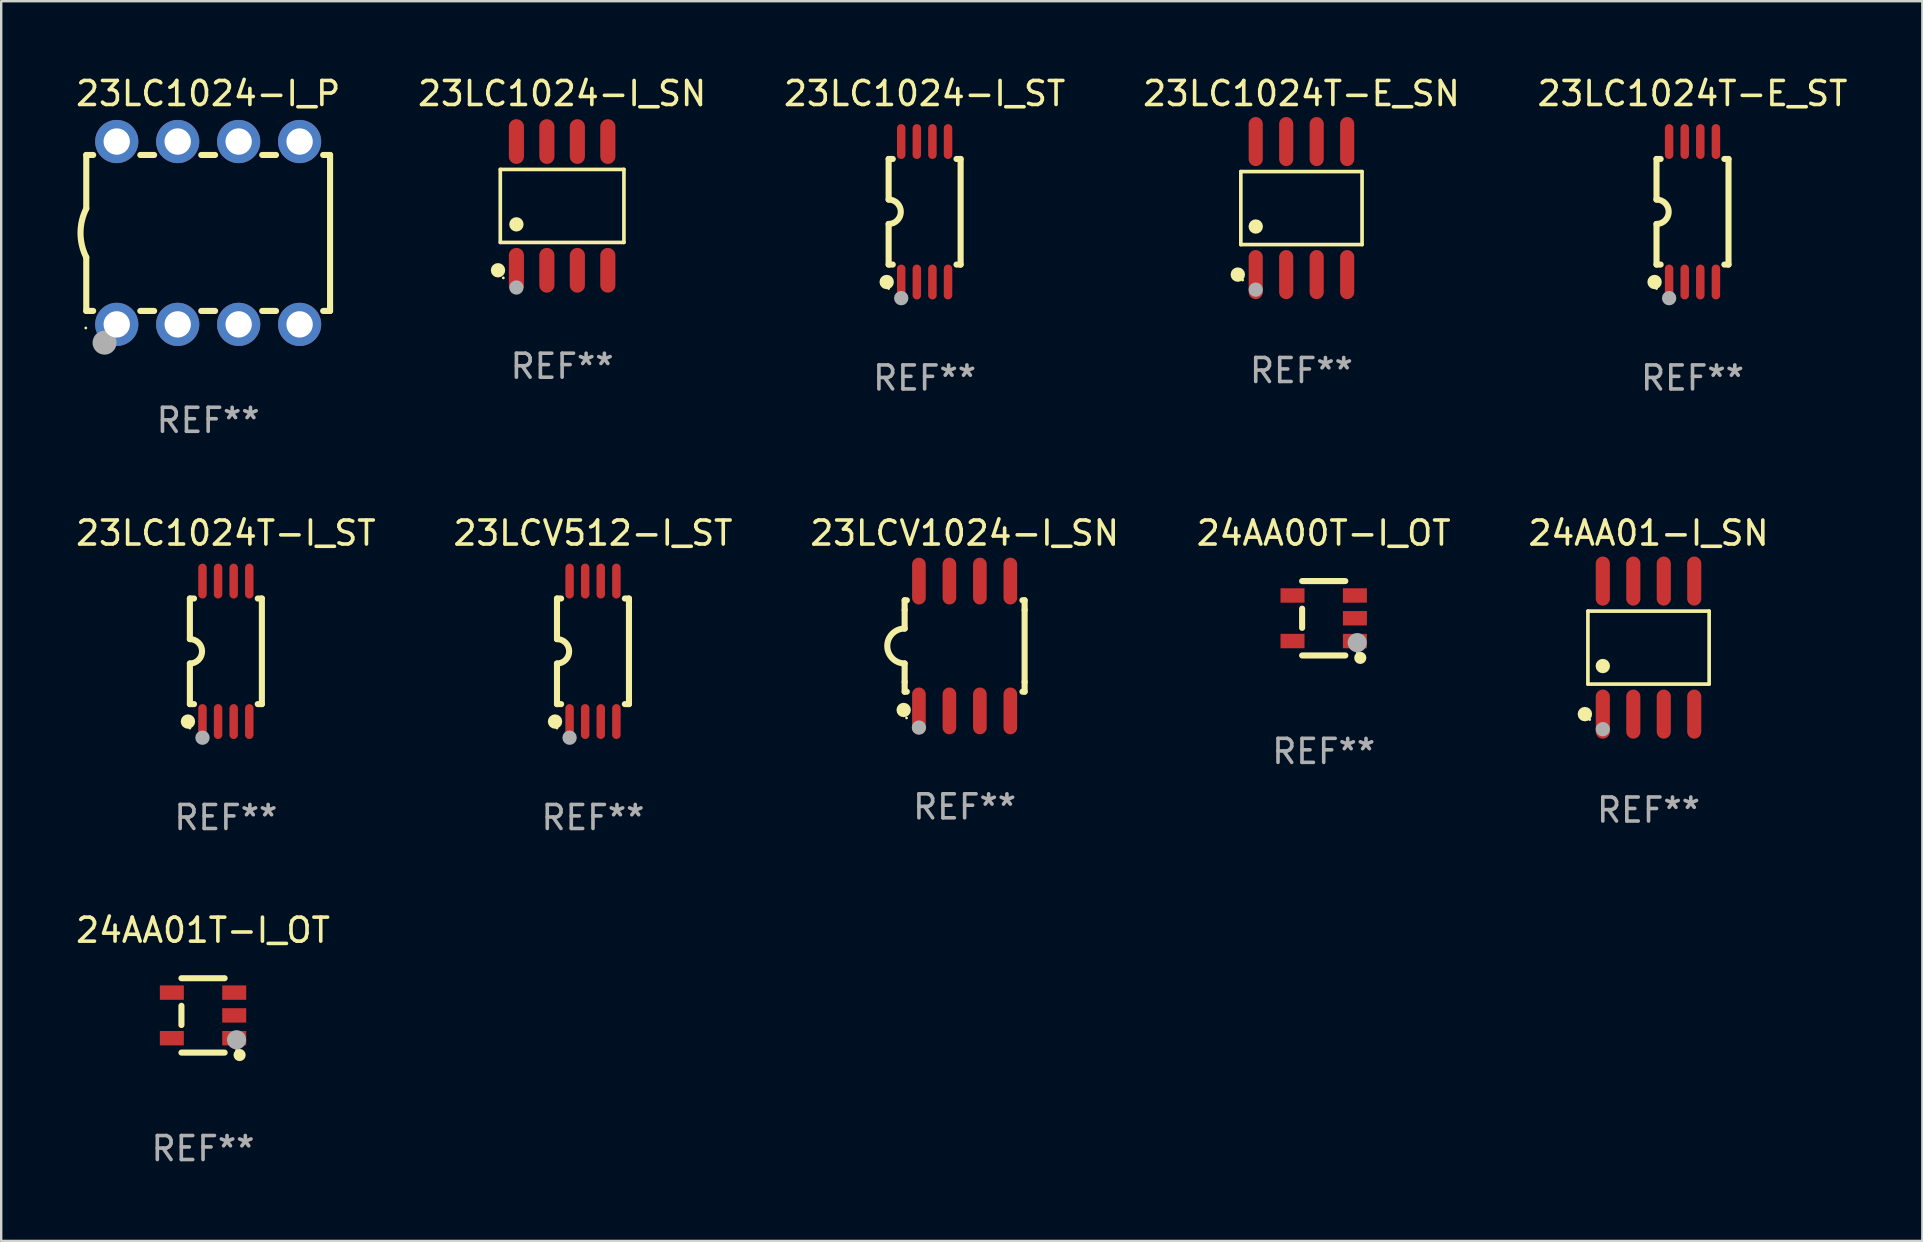
<source format=kicad_pcb>
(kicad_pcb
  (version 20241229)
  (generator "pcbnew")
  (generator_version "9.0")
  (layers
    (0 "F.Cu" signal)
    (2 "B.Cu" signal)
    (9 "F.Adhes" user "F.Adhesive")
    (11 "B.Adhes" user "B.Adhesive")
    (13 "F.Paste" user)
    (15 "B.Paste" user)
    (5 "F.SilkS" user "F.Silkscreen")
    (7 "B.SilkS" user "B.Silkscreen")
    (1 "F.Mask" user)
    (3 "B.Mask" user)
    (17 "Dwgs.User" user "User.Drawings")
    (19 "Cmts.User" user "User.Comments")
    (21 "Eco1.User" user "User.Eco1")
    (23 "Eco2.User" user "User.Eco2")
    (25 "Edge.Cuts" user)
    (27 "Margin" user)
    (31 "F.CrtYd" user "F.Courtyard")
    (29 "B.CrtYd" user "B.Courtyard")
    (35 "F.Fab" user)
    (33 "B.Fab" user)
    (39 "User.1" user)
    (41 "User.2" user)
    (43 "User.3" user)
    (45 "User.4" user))
  (footprint "23LCV1024-I_SN"
    (layer "F.Cu")
    (at 37.149 23.87)
    (property "Reference" "23LCV1024-I_SN" (at 0 -4.705 0) (layer "F.SilkS") (effects (font (size 1 1) (thickness 0.15))))
    (attr through_hole)
    (fp_line (start -2.5 -1.905) (end -2.409 -1.905) (stroke (width 0.254) (type solid)) (layer "F.SilkS"))
    (fp_line (start -2.5 -1.5) (end -2.5 -1.905) (stroke (width 0.254) (type solid)) (layer "F.SilkS"))
    (fp_line (start -2.5 -1.5) (end -2.5 -0.726) (stroke (width 0.254) (type solid)) (layer "F.SilkS"))
    (fp_line (start -2.5 1.5) (end -2.5 0.727) (stroke (width 0.254) (type solid)) (layer "F.SilkS"))
    (fp_line (start -2.5 1.5) (end -2.5 1.905) (stroke (width 0.254) (type solid)) (layer "F.SilkS"))
    (fp_line (start -2.5 1.905) (end -2.409 1.905) (stroke (width 0.254) (type solid)) (layer "F.SilkS"))
    (fp_line (start 2.5 -1.905) (end 2.409 -1.905) (stroke (width 0.254) (type solid)) (layer "F.SilkS"))
    (fp_line (start 2.5 -1.5) (end 2.5 -1.905) (stroke (width 0.254) (type solid)) (layer "F.SilkS"))
    (fp_line (start 2.5 -1.5) (end 2.5 1.5) (stroke (width 0.254) (type solid)) (layer "F.SilkS"))
    (fp_line (start 2.5 1.5) (end 2.5 1.905) (stroke (width 0.254) (type solid)) (layer "F.SilkS"))
    (fp_line (start 2.5 1.905) (end 2.409 1.905) (stroke (width 0.254) (type solid)) (layer "F.SilkS"))
    (fp_arc (start -2.5 0.726568) (mid -3.220316 -0.0023) (end -2.495097 -0.726289) (stroke (width 0.254001) (type solid)) (layer "F.SilkS"))
    (fp_circle (center -2.54 2.667) (end -2.39 2.667) (stroke (width 0.3) (type solid)) (fill no) (layer "F.SilkS"))
    (fp_circle (center -2.42 3) (end -2.39 3) (stroke (width 0.06) (type solid)) (fill no) (layer "F.SilkS"))
    (fp_circle (center -1.905 3.4) (end -1.755 3.4) (stroke (width 0.3) (type solid)) (fill no) (layer "F.Fab"))
    (fp_text user "REF**" (at 0 6.705 0) (layer "F.Fab") (effects (font (size 1 1) (thickness 0.15))))
    (pad "1" smd oval (at -1.905 2.705) (size 0.568 1.95) (layers "F.Cu" "F.Mask" "F.Paste"))
    (pad "2" smd oval (at -0.635 2.705) (size 0.568 1.95) (layers "F.Cu" "F.Mask" "F.Paste"))
    (pad "3" smd oval (at 0.635 2.705) (size 0.568 1.95) (layers "F.Cu" "F.Mask" "F.Paste"))
    (pad "4" smd oval (at 1.905 2.705) (size 0.568 1.95) (layers "F.Cu" "F.Mask" "F.Paste"))
    (pad "5" smd oval (at 1.905 -2.705) (size 0.568 1.95) (layers "F.Cu" "F.Mask" "F.Paste"))
    (pad "6" smd oval (at 0.635 -2.705) (size 0.568 1.95) (layers "F.Cu" "F.Mask" "F.Paste"))
    (pad "7" smd oval (at -0.635 -2.705) (size 0.568 1.95) (layers "F.Cu" "F.Mask" "F.Paste"))
    (pad "8" smd oval (at -1.905 -2.705) (size 0.568 1.95) (layers "F.Cu" "F.Mask" "F.Paste")))
  (footprint "24AA01-I_SN"
    (layer "F.Cu")
    (at 65.649 23.937)
    (property "Reference" "24AA01-I_SN" (at 0 -4.772 0) (layer "F.SilkS") (effects (font (size 1 1) (thickness 0.15))))
    (attr through_hole)
    (fp_line (start -2.526 -1.521) (end 2.526 -1.521) (stroke (width 0.152) (type solid)) (layer "F.SilkS"))
    (fp_line (start -2.526 1.521) (end -2.526 -1.521) (stroke (width 0.152) (type solid)) (layer "F.SilkS"))
    (fp_line (start 2.526 -1.521) (end 2.526 1.521) (stroke (width 0.152) (type solid)) (layer "F.SilkS"))
    (fp_line (start 2.526 1.521) (end -2.526 1.521) (stroke (width 0.152) (type solid)) (layer "F.SilkS"))
    (fp_circle (center -2.652 2.772) (end -2.501 2.772) (stroke (width 0.3) (type solid)) (fill no) (layer "F.SilkS"))
    (fp_circle (center -2.45 3) (end -2.42 3) (stroke (width 0.06) (type solid)) (fill no) (layer "F.SilkS"))
    (fp_circle (center -1.905 0.769) (end -1.755 0.769) (stroke (width 0.3) (type solid)) (fill no) (layer "F.SilkS"))
    (fp_circle (center -1.905 3.4) (end -1.755 3.4) (stroke (width 0.3) (type solid)) (fill no) (layer "F.Fab"))
    (fp_text user "REF**" (at 0 6.772 0) (layer "F.Fab") (effects (font (size 1 1) (thickness 0.15))))
    (pad "1" smd oval (at -1.905 2.772) (size 0.588 2.045) (layers "F.Cu" "F.Mask" "F.Paste"))
    (pad "2" smd oval (at -0.635 2.772) (size 0.588 2.045) (layers "F.Cu" "F.Mask" "F.Paste"))
    (pad "3" smd oval (at 0.635 2.772) (size 0.588 2.045) (layers "F.Cu" "F.Mask" "F.Paste"))
    (pad "4" smd oval (at 1.905 2.772) (size 0.588 2.045) (layers "F.Cu" "F.Mask" "F.Paste"))
    (pad "5" smd oval (at 1.905 -2.772) (size 0.588 2.045) (layers "F.Cu" "F.Mask" "F.Paste"))
    (pad "6" smd oval (at 0.635 -2.772) (size 0.588 2.045) (layers "F.Cu" "F.Mask" "F.Paste"))
    (pad "7" smd oval (at -0.635 -2.772) (size 0.588 2.045) (layers "F.Cu" "F.Mask" "F.Paste"))
    (pad "8" smd oval (at -1.905 -2.772) (size 0.588 2.045) (layers "F.Cu" "F.Mask" "F.Paste")))
  (footprint "23LCV512-I_ST"
    (layer "F.Cu")
    (at 21.661 24.092)
    (property "Reference" "23LCV512-I_ST" (at 0 -4.927 0) (layer "F.SilkS") (effects (font (size 1 1) (thickness 0.15))))
    (attr through_hole)
    (fp_line (start -1.5 -2.2) (end -1.5 -0.508) (stroke (width 0.254) (type solid)) (layer "F.SilkS"))
    (fp_line (start -1.5 -2.2) (end -1.328 -2.2) (stroke (width 0.254) (type solid)) (layer "F.SilkS"))
    (fp_line (start -1.5 2.2) (end -1.5 0.508) (stroke (width 0.254) (type solid)) (layer "F.SilkS"))
    (fp_line (start -1.5 2.2) (end -1.328 2.2) (stroke (width 0.254) (type solid)) (layer "F.SilkS"))
    (fp_line (start 1.328 -2.2) (end 1.5 -2.2) (stroke (width 0.254) (type solid)) (layer "F.SilkS"))
    (fp_line (start 1.328 2.2) (end 1.5 2.2) (stroke (width 0.254) (type solid)) (layer "F.SilkS"))
    (fp_line (start 1.5 -2.2) (end 1.5 2.2) (stroke (width 0.254) (type solid)) (layer "F.SilkS"))
    (fp_arc (start -1.501144 -0.508) (mid -0.993143 -0.000571) (end -1.5 0.508001) (stroke (width 0.254001) (type solid)) (layer "F.SilkS"))
    (fp_circle (center -1.581 2.927) (end -1.431 2.927) (stroke (width 0.3) (type solid)) (fill no) (layer "F.SilkS"))
    (fp_circle (center -1.5 3.2) (end -1.47 3.2) (stroke (width 0.06) (type solid)) (fill no) (layer "F.SilkS"))
    (fp_circle (center -0.975 3.6) (end -0.825 3.6) (stroke (width 0.3) (type solid)) (fill no) (layer "F.Fab"))
    (fp_text user "REF**" (at 0 6.927 0) (layer "F.Fab") (effects (font (size 1 1) (thickness 0.15))))
    (pad "1" smd oval (at -0.975 2.927) (size 0.353 1.454) (layers "F.Cu" "F.Mask" "F.Paste"))
    (pad "2" smd oval (at -0.325 2.927) (size 0.353 1.454) (layers "F.Cu" "F.Mask" "F.Paste"))
    (pad "3" smd oval (at 0.325 2.927) (size 0.353 1.454) (layers "F.Cu" "F.Mask" "F.Paste"))
    (pad "4" smd oval (at 0.975 2.927) (size 0.353 1.454) (layers "F.Cu" "F.Mask" "F.Paste"))
    (pad "5" smd oval (at 0.975 -2.927) (size 0.353 1.454) (layers "F.Cu" "F.Mask" "F.Paste"))
    (pad "6" smd oval (at 0.325 -2.927) (size 0.353 1.454) (layers "F.Cu" "F.Mask" "F.Paste"))
    (pad "7" smd oval (at -0.325 -2.927) (size 0.353 1.454) (layers "F.Cu" "F.Mask" "F.Paste"))
    (pad "8" smd oval (at -0.975 -2.927) (size 0.353 1.454) (layers "F.Cu" "F.Mask" "F.Paste")))
  (footprint "24AA00T-I_OT"
    (layer "F.Cu")
    (at 52.113 22.715)
    (property "Reference" "24AA00T-I_OT" (at 0 -3.55 0) (layer "F.SilkS") (effects (font (size 1 1) (thickness 0.15))))
    (attr through_hole)
    (fp_line (start -0.9 -1.55) (end 0.9 -1.55) (stroke (width 0.254) (type solid)) (layer "F.SilkS"))
    (fp_line (start -0.9 0.4) (end -0.9 -0.4) (stroke (width 0.254) (type solid)) (layer "F.SilkS"))
    (fp_line (start -0.9 1.55) (end 0.9 1.55) (stroke (width 0.254) (type solid)) (layer "F.SilkS"))
    (fp_circle (center 1.4 1.45) (end 1.43 1.45) (stroke (width 0.06) (type solid)) (fill no) (layer "F.SilkS"))
    (fp_circle (center 1.524 1.651) (end 1.651 1.651) (stroke (width 0.254) (type solid)) (fill no) (layer "F.SilkS"))
    (fp_circle (center 1.397 1.016) (end 1.597 1.016) (stroke (width 0.4) (type solid)) (fill no) (layer "F.Fab"))
    (fp_text user "REF**" (at 0 5.55 0) (layer "F.Fab") (effects (font (size 1 1) (thickness 0.15))))
    (pad "1" smd rect (at 1.3 0.95) (size 1 0.6) (layers "F.Cu" "F.Mask" "F.Paste"))
    (pad "2" smd rect (at 1.3 -0.000051) (size 1 0.6) (layers "F.Cu" "F.Mask" "F.Paste"))
    (pad "3" smd rect (at 1.3 -0.95) (size 1 0.6) (layers "F.Cu" "F.Mask" "F.Paste"))
    (pad "4" smd rect (at -1.3 -0.95) (size 1 0.6) (layers "F.Cu" "F.Mask" "F.Paste"))
    (pad "5" smd rect (at -1.3 0.95) (size 1 0.6) (layers "F.Cu" "F.Mask" "F.Paste")))
  (footprint "23LC1024T-E_SN"
    (layer "F.Cu")
    (at 51.185 5.621)
    (property "Reference" "23LC1024T-E_SN" (at 0 -4.772 0) (layer "F.SilkS") (effects (font (size 1 1) (thickness 0.15))))
    (attr through_hole)
    (fp_line (start -2.526 -1.521) (end 2.526 -1.521) (stroke (width 0.152) (type solid)) (layer "F.SilkS"))
    (fp_line (start -2.526 1.521) (end -2.526 -1.521) (stroke (width 0.152) (type solid)) (layer "F.SilkS"))
    (fp_line (start 2.526 -1.521) (end 2.526 1.521) (stroke (width 0.152) (type solid)) (layer "F.SilkS"))
    (fp_line (start 2.526 1.521) (end -2.526 1.521) (stroke (width 0.152) (type solid)) (layer "F.SilkS"))
    (fp_circle (center -2.652 2.772) (end -2.501 2.772) (stroke (width 0.3) (type solid)) (fill no) (layer "F.SilkS"))
    (fp_circle (center -2.45 3) (end -2.42 3) (stroke (width 0.06) (type solid)) (fill no) (layer "F.SilkS"))
    (fp_circle (center -1.905 0.769) (end -1.755 0.769) (stroke (width 0.3) (type solid)) (fill no) (layer "F.SilkS"))
    (fp_circle (center -1.905 3.4) (end -1.755 3.4) (stroke (width 0.3) (type solid)) (fill no) (layer "F.Fab"))
    (fp_text user "REF**" (at 0 6.772 0) (layer "F.Fab") (effects (font (size 1 1) (thickness 0.15))))
    (pad "1" smd oval (at -1.905 2.772) (size 0.588 2.045) (layers "F.Cu" "F.Mask" "F.Paste"))
    (pad "2" smd oval (at -0.635 2.772) (size 0.588 2.045) (layers "F.Cu" "F.Mask" "F.Paste"))
    (pad "3" smd oval (at 0.635 2.772) (size 0.588 2.045) (layers "F.Cu" "F.Mask" "F.Paste"))
    (pad "4" smd oval (at 1.905 2.772) (size 0.588 2.045) (layers "F.Cu" "F.Mask" "F.Paste"))
    (pad "5" smd oval (at 1.905 -2.772) (size 0.588 2.045) (layers "F.Cu" "F.Mask" "F.Paste"))
    (pad "6" smd oval (at 0.635 -2.772) (size 0.588 2.045) (layers "F.Cu" "F.Mask" "F.Paste"))
    (pad "7" smd oval (at -0.635 -2.772) (size 0.588 2.045) (layers "F.Cu" "F.Mask" "F.Paste"))
    (pad "8" smd oval (at -1.905 -2.772) (size 0.588 2.045) (layers "F.Cu" "F.Mask" "F.Paste")))
  (footprint "23LC1024-I_P"
    (layer "F.Cu")
    (at 5.625 6.658)
    (property "Reference" "23LC1024-I_P" (at 0 -5.81 0) (layer "F.SilkS") (effects (font (size 1 1) (thickness 0.15))))
    (attr through_hole)
    (fp_line (start -5.08 -3.25) (end -5.08 -1.017) (stroke (width 0.254) (type solid)) (layer "F.SilkS"))
    (fp_line (start -5.08 -3.25) (end -4.792 -3.25) (stroke (width 0.254) (type solid)) (layer "F.SilkS"))
    (fp_line (start -5.08 3.25) (end -5.08 1.015) (stroke (width 0.254) (type solid)) (layer "F.SilkS"))
    (fp_line (start -5.08 3.25) (end -4.792 3.25) (stroke (width 0.254) (type solid)) (layer "F.SilkS"))
    (fp_line (start -2.828 -3.25) (end -2.252 -3.25) (stroke (width 0.254) (type solid)) (layer "F.SilkS"))
    (fp_line (start -2.828 3.25) (end -2.252 3.25) (stroke (width 0.254) (type solid)) (layer "F.SilkS"))
    (fp_line (start -0.288 -3.25) (end 0.288 -3.25) (stroke (width 0.254) (type solid)) (layer "F.SilkS"))
    (fp_line (start -0.288 3.25) (end 0.288 3.25) (stroke (width 0.254) (type solid)) (layer "F.SilkS"))
    (fp_line (start 2.252 -3.25) (end 2.828 -3.25) (stroke (width 0.254) (type solid)) (layer "F.SilkS"))
    (fp_line (start 2.252 3.25) (end 2.828 3.25) (stroke (width 0.254) (type solid)) (layer "F.SilkS"))
    (fp_line (start 4.792 -3.25) (end 5.08 -3.25) (stroke (width 0.254) (type solid)) (layer "F.SilkS"))
    (fp_line (start 4.792 3.25) (end 5.08 3.25) (stroke (width 0.254) (type solid)) (layer "F.SilkS"))
    (fp_line (start 5.08 -3.25) (end 5.08 3.25) (stroke (width 0.254) (type solid)) (layer "F.SilkS"))
    (fp_arc (start -5.08001 1.01524) (mid -5.319856 -0.000762) (end -5.08001 -1.016764) (stroke (width 0.254001) (type solid)) (layer "F.SilkS"))
    (fp_circle (center -5.1 3.96) (end -5.07 3.96) (stroke (width 0.06) (type solid)) (fill no) (layer "F.SilkS"))
    (fp_circle (center -4.318 4.572) (end -4.068 4.572) (stroke (width 0.5) (type solid)) (fill no) (layer "F.Fab"))
    (fp_text user "REF**" (at 0 7.81 0) (layer "F.Fab") (effects (font (size 1 1) (thickness 0.15))))
    (pad "1" thru_hole circle (at -3.81 3.81) (size 1.8 1.8) (drill 1.1) (layers "*.Cu" "*.Mask"))
    (pad "2" thru_hole circle (at -1.27 3.81) (size 1.8 1.8) (drill 1.1) (layers "*.Cu" "*.Mask"))
    (pad "3" thru_hole circle (at 1.27 3.81) (size 1.8 1.8) (drill 1.1) (layers "*.Cu" "*.Mask"))
    (pad "4" thru_hole circle (at 3.81 3.81) (size 1.8 1.8) (drill 1.1) (layers "*.Cu" "*.Mask"))
    (pad "5" thru_hole circle (at 3.81 -3.81) (size 1.8 1.8) (drill 1.1) (layers "*.Cu" "*.Mask"))
    (pad "6" thru_hole circle (at 1.27 -3.81) (size 1.8 1.8) (drill 1.1) (layers "*.Cu" "*.Mask"))
    (pad "7" thru_hole circle (at -1.27 -3.81) (size 1.8 1.8) (drill 1.1) (layers "*.Cu" "*.Mask"))
    (pad "8" thru_hole circle (at -3.81 -3.81) (size 1.8 1.8) (drill 1.1) (layers "*.Cu" "*.Mask")))
  (footprint "24AA01T-I_OT"
    (layer "F.Cu")
    (at 5.411 39.265)
    (property "Reference" "24AA01T-I_OT" (at 0 -3.55 0) (layer "F.SilkS") (effects (font (size 1 1) (thickness 0.15))))
    (attr through_hole)
    (fp_line (start -0.9 -1.55) (end 0.9 -1.55) (stroke (width 0.254) (type solid)) (layer "F.SilkS"))
    (fp_line (start -0.9 0.4) (end -0.9 -0.4) (stroke (width 0.254) (type solid)) (layer "F.SilkS"))
    (fp_line (start -0.9 1.55) (end 0.9 1.55) (stroke (width 0.254) (type solid)) (layer "F.SilkS"))
    (fp_circle (center 1.4 1.45) (end 1.43 1.45) (stroke (width 0.06) (type solid)) (fill no) (layer "F.SilkS"))
    (fp_circle (center 1.524 1.651) (end 1.651 1.651) (stroke (width 0.254) (type solid)) (fill no) (layer "F.SilkS"))
    (fp_circle (center 1.397 1.016) (end 1.597 1.016) (stroke (width 0.4) (type solid)) (fill no) (layer "F.Fab"))
    (fp_text user "REF**" (at 0 5.55 0) (layer "F.Fab") (effects (font (size 1 1) (thickness 0.15))))
    (pad "1" smd rect (at 1.3 0.95) (size 1 0.6) (layers "F.Cu" "F.Mask" "F.Paste"))
    (pad "2" smd rect (at 1.3 -0.000051) (size 1 0.6) (layers "F.Cu" "F.Mask" "F.Paste"))
    (pad "3" smd rect (at 1.3 -0.95) (size 1 0.6) (layers "F.Cu" "F.Mask" "F.Paste"))
    (pad "4" smd rect (at -1.3 -0.95) (size 1 0.6) (layers "F.Cu" "F.Mask" "F.Paste"))
    (pad "5" smd rect (at -1.3 0.95) (size 1 0.6) (layers "F.Cu" "F.Mask" "F.Paste")))
  (footprint "23LC1024T-I_ST"
    (layer "F.Cu")
    (at 6.363 24.092)
    (property "Reference" "23LC1024T-I_ST" (at 0 -4.927 0) (layer "F.SilkS") (effects (font (size 1 1) (thickness 0.15))))
    (attr through_hole)
    (fp_line (start -1.5 -2.2) (end -1.5 -0.508) (stroke (width 0.254) (type solid)) (layer "F.SilkS"))
    (fp_line (start -1.5 -2.2) (end -1.328 -2.2) (stroke (width 0.254) (type solid)) (layer "F.SilkS"))
    (fp_line (start -1.5 2.2) (end -1.5 0.508) (stroke (width 0.254) (type solid)) (layer "F.SilkS"))
    (fp_line (start -1.5 2.2) (end -1.328 2.2) (stroke (width 0.254) (type solid)) (layer "F.SilkS"))
    (fp_line (start 1.328 -2.2) (end 1.5 -2.2) (stroke (width 0.254) (type solid)) (layer "F.SilkS"))
    (fp_line (start 1.328 2.2) (end 1.5 2.2) (stroke (width 0.254) (type solid)) (layer "F.SilkS"))
    (fp_line (start 1.5 -2.2) (end 1.5 2.2) (stroke (width 0.254) (type solid)) (layer "F.SilkS"))
    (fp_arc (start -1.501144 -0.508) (mid -0.993143 -0.000571) (end -1.5 0.508001) (stroke (width 0.254001) (type solid)) (layer "F.SilkS"))
    (fp_circle (center -1.581 2.927) (end -1.431 2.927) (stroke (width 0.3) (type solid)) (fill no) (layer "F.SilkS"))
    (fp_circle (center -1.5 3.2) (end -1.47 3.2) (stroke (width 0.06) (type solid)) (fill no) (layer "F.SilkS"))
    (fp_circle (center -0.975 3.6) (end -0.825 3.6) (stroke (width 0.3) (type solid)) (fill no) (layer "F.Fab"))
    (fp_text user "REF**" (at 0 6.927 0) (layer "F.Fab") (effects (font (size 1 1) (thickness 0.15))))
    (pad "1" smd oval (at -0.975 2.927) (size 0.353 1.454) (layers "F.Cu" "F.Mask" "F.Paste"))
    (pad "2" smd oval (at -0.325 2.927) (size 0.353 1.454) (layers "F.Cu" "F.Mask" "F.Paste"))
    (pad "3" smd oval (at 0.325 2.927) (size 0.353 1.454) (layers "F.Cu" "F.Mask" "F.Paste"))
    (pad "4" smd oval (at 0.975 2.927) (size 0.353 1.454) (layers "F.Cu" "F.Mask" "F.Paste"))
    (pad "5" smd oval (at 0.975 -2.927) (size 0.353 1.454) (layers "F.Cu" "F.Mask" "F.Paste"))
    (pad "6" smd oval (at 0.325 -2.927) (size 0.353 1.454) (layers "F.Cu" "F.Mask" "F.Paste"))
    (pad "7" smd oval (at -0.325 -2.927) (size 0.353 1.454) (layers "F.Cu" "F.Mask" "F.Paste"))
    (pad "8" smd oval (at -0.975 -2.927) (size 0.353 1.454) (layers "F.Cu" "F.Mask" "F.Paste")))
  (footprint "23LC1024T-E_ST"
    (layer "F.Cu")
    (at 67.482 5.775)
    (property "Reference" "23LC1024T-E_ST" (at 0 -4.927 0) (layer "F.SilkS") (effects (font (size 1 1) (thickness 0.15))))
    (attr through_hole)
    (fp_line (start -1.5 -2.2) (end -1.5 -0.508) (stroke (width 0.254) (type solid)) (layer "F.SilkS"))
    (fp_line (start -1.5 -2.2) (end -1.328 -2.2) (stroke (width 0.254) (type solid)) (layer "F.SilkS"))
    (fp_line (start -1.5 2.2) (end -1.5 0.508) (stroke (width 0.254) (type solid)) (layer "F.SilkS"))
    (fp_line (start -1.5 2.2) (end -1.328 2.2) (stroke (width 0.254) (type solid)) (layer "F.SilkS"))
    (fp_line (start 1.328 -2.2) (end 1.5 -2.2) (stroke (width 0.254) (type solid)) (layer "F.SilkS"))
    (fp_line (start 1.328 2.2) (end 1.5 2.2) (stroke (width 0.254) (type solid)) (layer "F.SilkS"))
    (fp_line (start 1.5 -2.2) (end 1.5 2.2) (stroke (width 0.254) (type solid)) (layer "F.SilkS"))
    (fp_arc (start -1.501144 -0.508) (mid -0.993143 -0.000571) (end -1.5 0.508001) (stroke (width 0.254001) (type solid)) (layer "F.SilkS"))
    (fp_circle (center -1.581 2.927) (end -1.431 2.927) (stroke (width 0.3) (type solid)) (fill no) (layer "F.SilkS"))
    (fp_circle (center -1.5 3.2) (end -1.47 3.2) (stroke (width 0.06) (type solid)) (fill no) (layer "F.SilkS"))
    (fp_circle (center -0.975 3.6) (end -0.825 3.6) (stroke (width 0.3) (type solid)) (fill no) (layer "F.Fab"))
    (fp_text user "REF**" (at 0 6.927 0) (layer "F.Fab") (effects (font (size 1 1) (thickness 0.15))))
    (pad "1" smd oval (at -0.975 2.927) (size 0.353 1.454) (layers "F.Cu" "F.Mask" "F.Paste"))
    (pad "2" smd oval (at -0.325 2.927) (size 0.353 1.454) (layers "F.Cu" "F.Mask" "F.Paste"))
    (pad "3" smd oval (at 0.325 2.927) (size 0.353 1.454) (layers "F.Cu" "F.Mask" "F.Paste"))
    (pad "4" smd oval (at 0.975 2.927) (size 0.353 1.454) (layers "F.Cu" "F.Mask" "F.Paste"))
    (pad "5" smd oval (at 0.975 -2.927) (size 0.353 1.454) (layers "F.Cu" "F.Mask" "F.Paste"))
    (pad "6" smd oval (at 0.325 -2.927) (size 0.353 1.454) (layers "F.Cu" "F.Mask" "F.Paste"))
    (pad "7" smd oval (at -0.325 -2.927) (size 0.353 1.454) (layers "F.Cu" "F.Mask" "F.Paste"))
    (pad "8" smd oval (at -0.975 -2.927) (size 0.353 1.454) (layers "F.Cu" "F.Mask" "F.Paste")))
  (footprint "23LC1024-I_SN"
    (layer "F.Cu")
    (at 20.375 5.531)
    (property "Reference" "23LC1024-I_SN" (at 0 -4.682 0) (layer "F.SilkS") (effects (font (size 1 1) (thickness 0.15))))
    (attr through_hole)
    (fp_line (start -2.576 -1.521) (end 2.576 -1.521) (stroke (width 0.152) (type solid)) (layer "F.SilkS"))
    (fp_line (start -2.576 1.521) (end -2.576 -1.521) (stroke (width 0.152) (type solid)) (layer "F.SilkS"))
    (fp_line (start 2.576 -1.521) (end 2.576 1.521) (stroke (width 0.152) (type solid)) (layer "F.SilkS"))
    (fp_line (start 2.576 1.521) (end -2.576 1.521) (stroke (width 0.152) (type solid)) (layer "F.SilkS"))
    (fp_circle (center -2.672 2.682) (end -2.522 2.682) (stroke (width 0.3) (type solid)) (fill no) (layer "F.SilkS"))
    (fp_circle (center -2.45 3) (end -2.42 3) (stroke (width 0.06) (type solid)) (fill no) (layer "F.SilkS"))
    (fp_circle (center -1.905 0.769) (end -1.755 0.769) (stroke (width 0.3) (type solid)) (fill no) (layer "F.SilkS"))
    (fp_circle (center -1.905 3.4) (end -1.755 3.4) (stroke (width 0.3) (type solid)) (fill no) (layer "F.Fab"))
    (fp_text user "REF**" (at 0 6.682 0) (layer "F.Fab") (effects (font (size 1 1) (thickness 0.15))))
    (pad "1" smd oval (at -1.905 2.682) (size 0.63 1.865) (layers "F.Cu" "F.Mask" "F.Paste"))
    (pad "2" smd oval (at -0.635 2.682) (size 0.63 1.865) (layers "F.Cu" "F.Mask" "F.Paste"))
    (pad "3" smd oval (at 0.635 2.682) (size 0.63 1.865) (layers "F.Cu" "F.Mask" "F.Paste"))
    (pad "4" smd oval (at 1.905 2.682) (size 0.63 1.865) (layers "F.Cu" "F.Mask" "F.Paste"))
    (pad "5" smd oval (at 1.905 -2.682) (size 0.63 1.865) (layers "F.Cu" "F.Mask" "F.Paste"))
    (pad "6" smd oval (at 0.635 -2.682) (size 0.63 1.865) (layers "F.Cu" "F.Mask" "F.Paste"))
    (pad "7" smd oval (at -0.635 -2.682) (size 0.63 1.865) (layers "F.Cu" "F.Mask" "F.Paste"))
    (pad "8" smd oval (at -1.905 -2.682) (size 0.63 1.865) (layers "F.Cu" "F.Mask" "F.Paste")))
  (footprint "23LC1024-I_ST"
    (layer "F.Cu")
    (at 35.482 5.775)
    (property "Reference" "23LC1024-I_ST" (at 0 -4.927 0) (layer "F.SilkS") (effects (font (size 1 1) (thickness 0.15))))
    (attr through_hole)
    (fp_line (start -1.5 -2.2) (end -1.5 -0.508) (stroke (width 0.254) (type solid)) (layer "F.SilkS"))
    (fp_line (start -1.5 -2.2) (end -1.328 -2.2) (stroke (width 0.254) (type solid)) (layer "F.SilkS"))
    (fp_line (start -1.5 2.2) (end -1.5 0.508) (stroke (width 0.254) (type solid)) (layer "F.SilkS"))
    (fp_line (start -1.5 2.2) (end -1.328 2.2) (stroke (width 0.254) (type solid)) (layer "F.SilkS"))
    (fp_line (start 1.328 -2.2) (end 1.5 -2.2) (stroke (width 0.254) (type solid)) (layer "F.SilkS"))
    (fp_line (start 1.328 2.2) (end 1.5 2.2) (stroke (width 0.254) (type solid)) (layer "F.SilkS"))
    (fp_line (start 1.5 -2.2) (end 1.5 2.2) (stroke (width 0.254) (type solid)) (layer "F.SilkS"))
    (fp_arc (start -1.501144 -0.508) (mid -0.993143 -0.000571) (end -1.5 0.508001) (stroke (width 0.254001) (type solid)) (layer "F.SilkS"))
    (fp_circle (center -1.581 2.927) (end -1.431 2.927) (stroke (width 0.3) (type solid)) (fill no) (layer "F.SilkS"))
    (fp_circle (center -1.5 3.2) (end -1.47 3.2) (stroke (width 0.06) (type solid)) (fill no) (layer "F.SilkS"))
    (fp_circle (center -0.975 3.6) (end -0.825 3.6) (stroke (width 0.3) (type solid)) (fill no) (layer "F.Fab"))
    (fp_text user "REF**" (at 0 6.927 0) (layer "F.Fab") (effects (font (size 1 1) (thickness 0.15))))
    (pad "1" smd oval (at -0.975 2.927) (size 0.353 1.454) (layers "F.Cu" "F.Mask" "F.Paste"))
    (pad "2" smd oval (at -0.325 2.927) (size 0.353 1.454) (layers "F.Cu" "F.Mask" "F.Paste"))
    (pad "3" smd oval (at 0.325 2.927) (size 0.353 1.454) (layers "F.Cu" "F.Mask" "F.Paste"))
    (pad "4" smd oval (at 0.975 2.927) (size 0.353 1.454) (layers "F.Cu" "F.Mask" "F.Paste"))
    (pad "5" smd oval (at 0.975 -2.927) (size 0.353 1.454) (layers "F.Cu" "F.Mask" "F.Paste"))
    (pad "6" smd oval (at 0.325 -2.927) (size 0.353 1.454) (layers "F.Cu" "F.Mask" "F.Paste"))
    (pad "7" smd oval (at -0.325 -2.927) (size 0.353 1.454) (layers "F.Cu" "F.Mask" "F.Paste"))
    (pad "8" smd oval (at -0.975 -2.927) (size 0.353 1.454) (layers "F.Cu" "F.Mask" "F.Paste")))
  (gr_rect
    (start -3 -3)
    (end 77.06 48.664)
    (stroke (width 0.1) (type default))
    (fill no)
    (layer "Edge.Cuts")))
</source>
